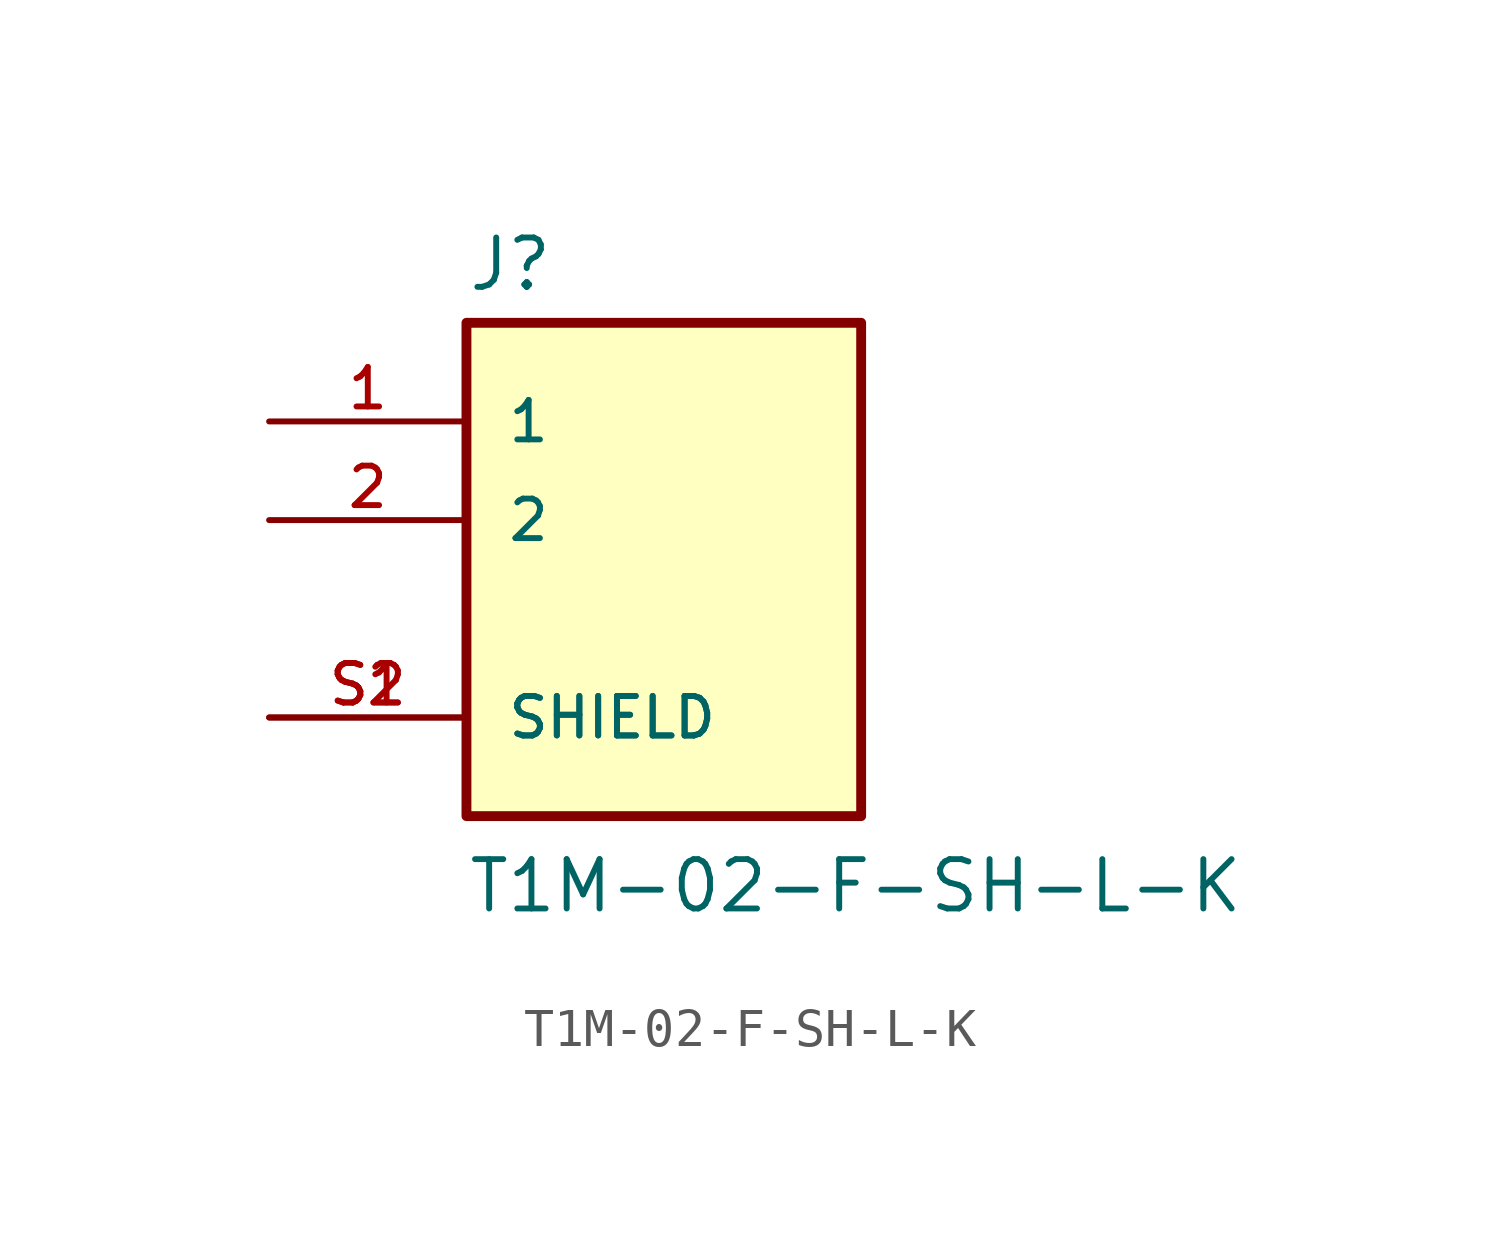
<source format=kicad_sym>
(kicad_symbol_lib
  (version 20211014)
  (generator kicad_symbol_editor)
  (symbol "T1M-02-F-SH-L-K"
    (pin_names
      (offset 1.016))
    (property "Reference" "J"
      (at -5.08 5.842 0)
      (effects (font (size 1.27 1.27)) (justify bottom left)))
    (property "Value" "T1M-02-F-SH-L-K"
      (at -5.08 -10.16 0)
      (effects (font (size 1.27 1.27)) (justify bottom left)))
    (symbol "T1M-02-F-SH-L-K_0_0"
      (rectangle (start -5.08 -7.62) (end 5.08 5.08) (stroke (width 0.254)) (fill (type background)))
      (pin passive line (at -10.16 2.54 0) (length 5.08) (name "1" (effects (font (size 1.016 1.016)))) (number "1" (effects (font (size 1.016 1.016)))))
      (pin passive line (at -10.16 0.0 0) (length 5.08) (name "2" (effects (font (size 1.016 1.016)))) (number "2" (effects (font (size 1.016 1.016)))))
      (pin passive line (at -10.16 -5.08 0) (length 5.08) (name "SHIELD" (effects (font (size 1.016 1.016)))) (number "S1" (effects (font (size 1.016 1.016)))))
      (pin passive line (at -10.16 -5.08 0) (length 5.08) (name "SHIELD" (effects (font (size 1.016 1.016)))) (number "S2" (effects (font (size 1.016 1.016))))))))
</source>
